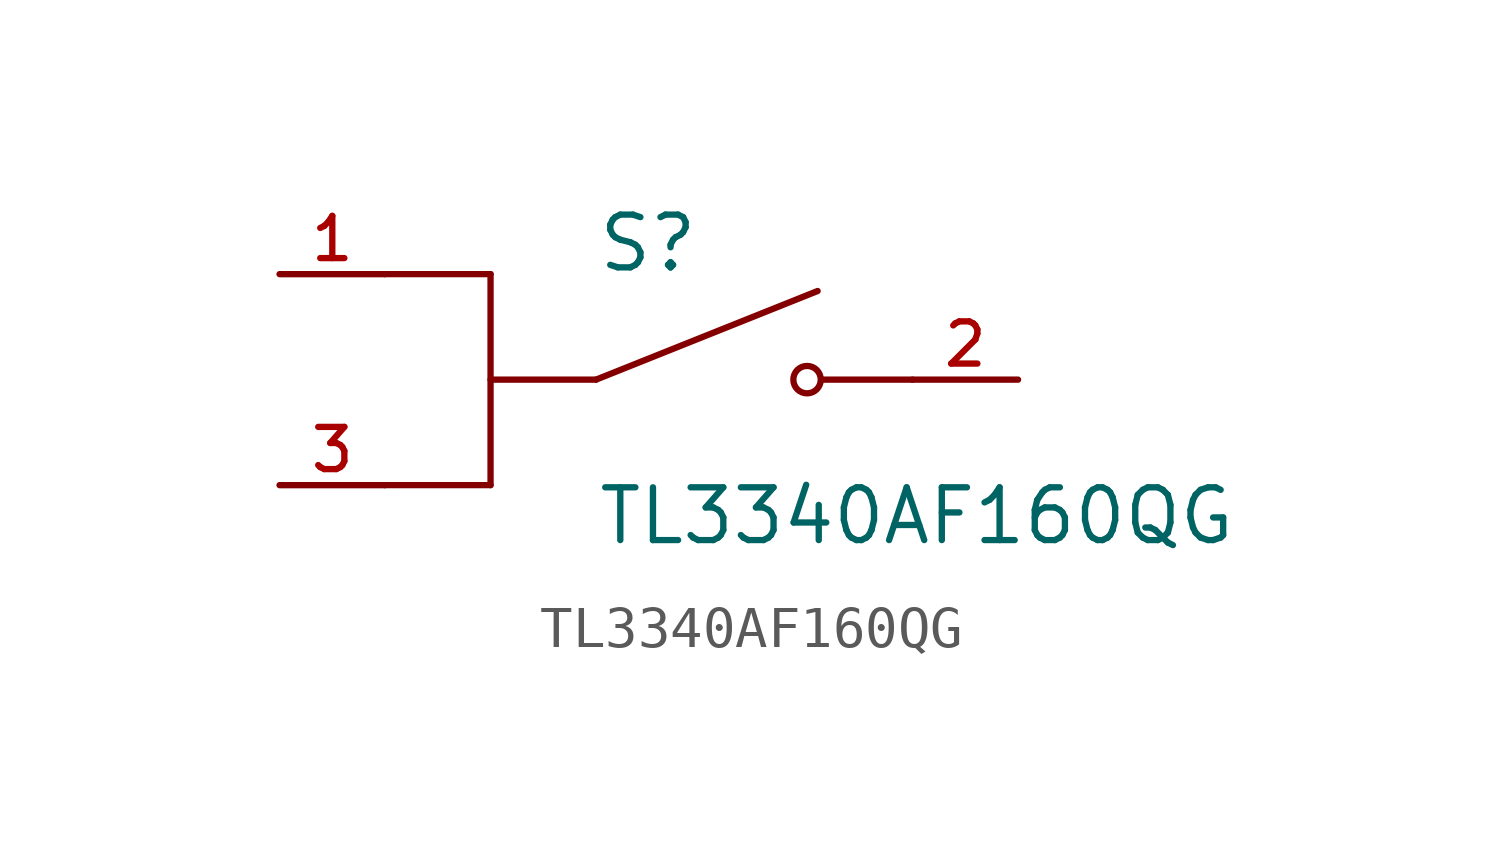
<source format=kicad_sym>
(kicad_symbol_lib
  (version 20231120)
  (generator "kicad_symbol_editor")
  (generator_version "8.0")
  (symbol "TL3340AF160QG"
    (pin_names
      (offset 1.016))
    (property "Reference" "S"
      (at -2.54 2.54 0)
      (effects (font (size 1.27 1.27)) (justify left bottom)))
    (property "Value" "TL3340AF160QG"
      (at -2.54 -2.54 0)
      (effects (font (size 1.27 1.27)) (justify left top)))
    (symbol "TL3340AF160QG_0_0"
      (polyline (pts (xy -5.08 -2.54) (xy -7.62 -2.54)) (stroke (width 0.152) (type default)) (fill (type none)))
      (polyline (pts (xy -5.08 2.54) (xy -7.62 2.54)) (stroke (width 0.152) (type default)) (fill (type none)))
      (polyline (pts (xy -5.08 2.54) (xy -5.08 -2.54)) (stroke (width 0.152) (type default)) (fill (type none)))
      (polyline (pts (xy -2.54 0) (xy -5.08 0)) (stroke (width 0.152) (type default)) (fill (type none)))
      (polyline (pts (xy -2.54 0) (xy 2.794 2.134)) (stroke (width 0.152) (type default)) (fill (type none)))
      (polyline (pts (xy 5.08 0) (xy 2.921 0)) (stroke (width 0.152) (type default)) (fill (type none)))
      (circle (center 2.54 0) (radius 0.33) (stroke (width 0.152) (type default)) (fill (type none)))
      (pin passive line (at -10.16 2.54 0) (length 2.54) (name "~" (effects (font (size 1.016 1.016)))) (number "1" (effects (font (size 1.016 1.016)))))
      (pin passive line (at 7.62 0 180) (length 2.54) (name "~" (effects (font (size 1.016 1.016)))) (number "2" (effects (font (size 1.016 1.016)))))
      (pin passive line (at -10.16 -2.54 0) (length 2.54) (name "~" (effects (font (size 1.016 1.016)))) (number "3" (effects (font (size 1.016 1.016))))))))
</source>
